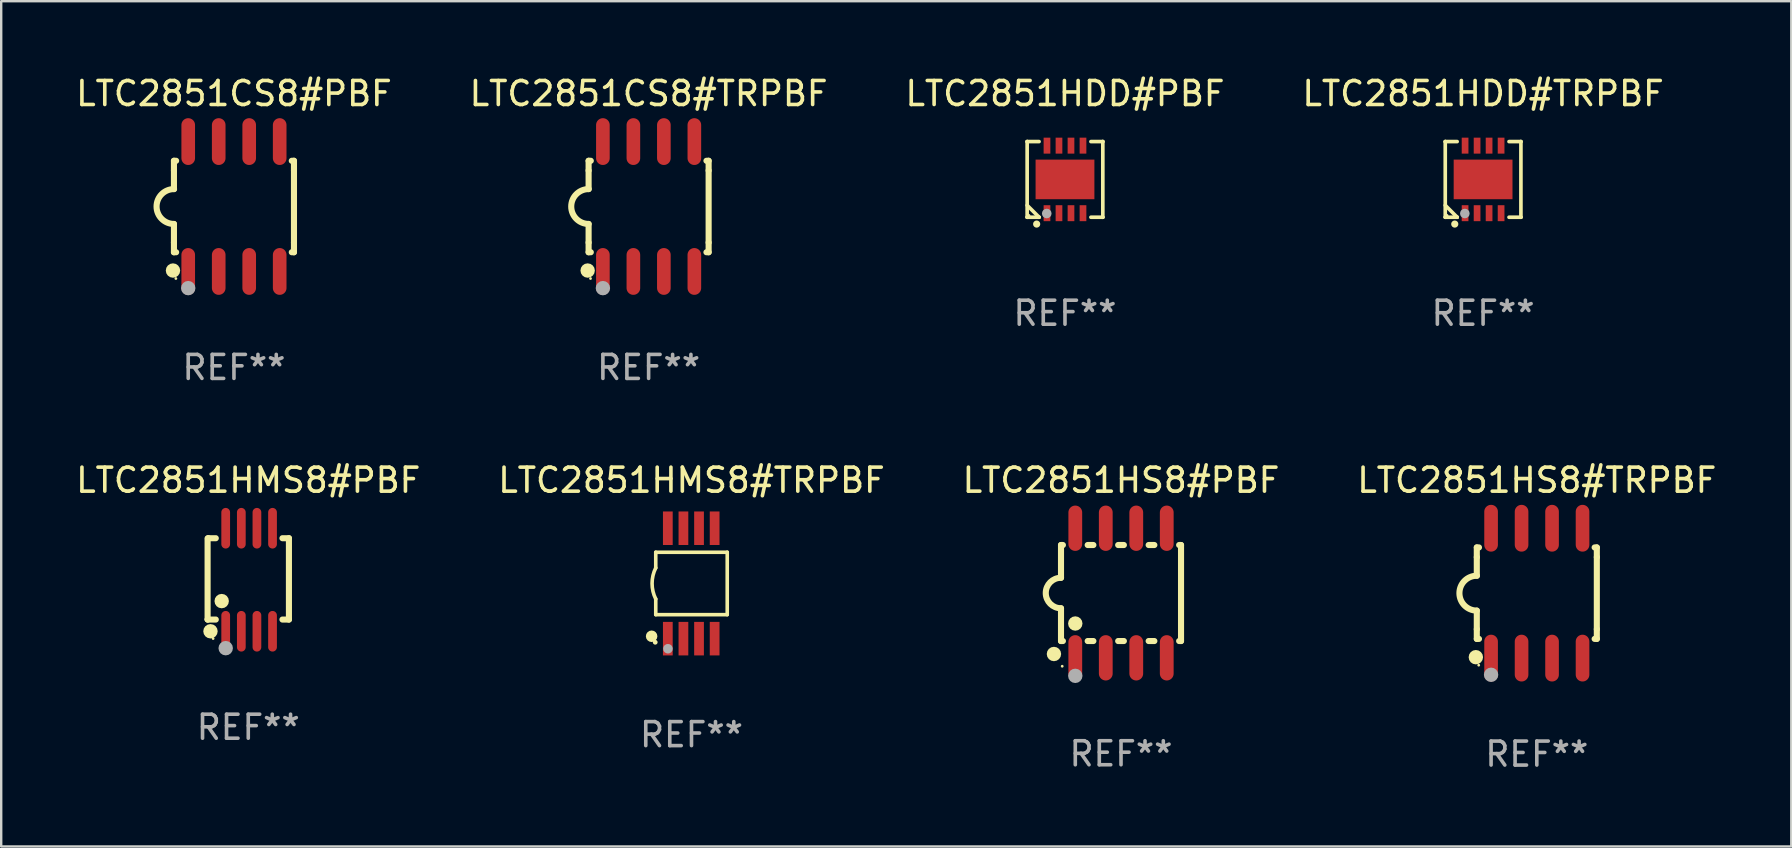
<source format=kicad_pcb>
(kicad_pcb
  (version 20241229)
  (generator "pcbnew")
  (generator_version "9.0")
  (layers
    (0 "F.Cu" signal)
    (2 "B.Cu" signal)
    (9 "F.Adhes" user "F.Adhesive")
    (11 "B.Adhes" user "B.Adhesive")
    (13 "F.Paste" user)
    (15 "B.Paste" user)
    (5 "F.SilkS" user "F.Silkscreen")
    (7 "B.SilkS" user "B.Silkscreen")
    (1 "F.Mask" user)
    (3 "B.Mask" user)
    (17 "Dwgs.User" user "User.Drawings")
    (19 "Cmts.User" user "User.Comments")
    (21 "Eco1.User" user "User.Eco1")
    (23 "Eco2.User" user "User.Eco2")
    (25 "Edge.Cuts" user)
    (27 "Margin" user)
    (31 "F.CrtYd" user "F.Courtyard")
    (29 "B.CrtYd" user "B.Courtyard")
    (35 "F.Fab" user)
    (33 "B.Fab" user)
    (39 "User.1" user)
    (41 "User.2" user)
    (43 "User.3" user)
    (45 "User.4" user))
  (footprint "LTC2851CS8#TRPBF"
    (layer "F.Cu")
    (at 23.97 5.553)
    (property "Reference" "LTC2851CS8#TRPBF" (at 0 -4.705 0) (layer "F.SilkS") (effects (font (size 1 1) (thickness 0.15))))
    (attr through_hole)
    (fp_line (start -2.5 -1.905) (end -2.409 -1.905) (stroke (width 0.254) (type solid)) (layer "F.SilkS"))
    (fp_line (start -2.5 -1.5) (end -2.5 -1.905) (stroke (width 0.254) (type solid)) (layer "F.SilkS"))
    (fp_line (start -2.5 -1.5) (end -2.5 -0.726) (stroke (width 0.254) (type solid)) (layer "F.SilkS"))
    (fp_line (start -2.5 1.5) (end -2.5 0.727) (stroke (width 0.254) (type solid)) (layer "F.SilkS"))
    (fp_line (start -2.5 1.5) (end -2.5 1.905) (stroke (width 0.254) (type solid)) (layer "F.SilkS"))
    (fp_line (start -2.5 1.905) (end -2.409 1.905) (stroke (width 0.254) (type solid)) (layer "F.SilkS"))
    (fp_line (start 2.5 -1.905) (end 2.409 -1.905) (stroke (width 0.254) (type solid)) (layer "F.SilkS"))
    (fp_line (start 2.5 -1.5) (end 2.5 -1.905) (stroke (width 0.254) (type solid)) (layer "F.SilkS"))
    (fp_line (start 2.5 -1.5) (end 2.5 1.5) (stroke (width 0.254) (type solid)) (layer "F.SilkS"))
    (fp_line (start 2.5 1.5) (end 2.5 1.905) (stroke (width 0.254) (type solid)) (layer "F.SilkS"))
    (fp_line (start 2.5 1.905) (end 2.409 1.905) (stroke (width 0.254) (type solid)) (layer "F.SilkS"))
    (fp_arc (start -2.5 0.726568) (mid -3.220316 -0.0023) (end -2.495097 -0.726289) (stroke (width 0.254001) (type solid)) (layer "F.SilkS"))
    (fp_circle (center -2.54 2.667) (end -2.39 2.667) (stroke (width 0.3) (type solid)) (fill no) (layer "F.SilkS"))
    (fp_circle (center -2.42 3) (end -2.39 3) (stroke (width 0.06) (type solid)) (fill no) (layer "F.SilkS"))
    (fp_circle (center -1.905 3.4) (end -1.755 3.4) (stroke (width 0.3) (type solid)) (fill no) (layer "F.Fab"))
    (fp_text user "REF**" (at 0 6.705 0) (layer "F.Fab") (effects (font (size 1 1) (thickness 0.15))))
    (pad "1" smd oval (at -1.905 2.705) (size 0.568 1.95) (layers "F.Cu" "F.Mask" "F.Paste"))
    (pad "2" smd oval (at -0.635 2.705) (size 0.568 1.95) (layers "F.Cu" "F.Mask" "F.Paste"))
    (pad "3" smd oval (at 0.635 2.705) (size 0.568 1.95) (layers "F.Cu" "F.Mask" "F.Paste"))
    (pad "4" smd oval (at 1.905 2.705) (size 0.568 1.95) (layers "F.Cu" "F.Mask" "F.Paste"))
    (pad "5" smd oval (at 1.905 -2.705) (size 0.568 1.95) (layers "F.Cu" "F.Mask" "F.Paste"))
    (pad "6" smd oval (at 0.635 -2.705) (size 0.568 1.95) (layers "F.Cu" "F.Mask" "F.Paste"))
    (pad "7" smd oval (at -0.635 -2.705) (size 0.568 1.95) (layers "F.Cu" "F.Mask" "F.Paste"))
    (pad "8" smd oval (at -1.905 -2.705) (size 0.568 1.95) (layers "F.Cu" "F.Mask" "F.Paste")))
  (footprint "LTC2851HS8#TRPBF"
    (layer "F.Cu")
    (at 60.97 21.66)
    (property "Reference" "LTC2851HS8#TRPBF" (at 0 -4.705 0) (layer "F.SilkS") (effects (font (size 1 1) (thickness 0.15))))
    (attr through_hole)
    (fp_line (start -2.5 -1.905) (end -2.409 -1.905) (stroke (width 0.254) (type solid)) (layer "F.SilkS"))
    (fp_line (start -2.5 -1.5) (end -2.5 -1.905) (stroke (width 0.254) (type solid)) (layer "F.SilkS"))
    (fp_line (start -2.5 -1.5) (end -2.5 -0.726) (stroke (width 0.254) (type solid)) (layer "F.SilkS"))
    (fp_line (start -2.5 1.5) (end -2.5 0.727) (stroke (width 0.254) (type solid)) (layer "F.SilkS"))
    (fp_line (start -2.5 1.5) (end -2.5 1.905) (stroke (width 0.254) (type solid)) (layer "F.SilkS"))
    (fp_line (start -2.5 1.905) (end -2.409 1.905) (stroke (width 0.254) (type solid)) (layer "F.SilkS"))
    (fp_line (start 2.5 -1.905) (end 2.409 -1.905) (stroke (width 0.254) (type solid)) (layer "F.SilkS"))
    (fp_line (start 2.5 -1.5) (end 2.5 -1.905) (stroke (width 0.254) (type solid)) (layer "F.SilkS"))
    (fp_line (start 2.5 -1.5) (end 2.5 1.5) (stroke (width 0.254) (type solid)) (layer "F.SilkS"))
    (fp_line (start 2.5 1.5) (end 2.5 1.905) (stroke (width 0.254) (type solid)) (layer "F.SilkS"))
    (fp_line (start 2.5 1.905) (end 2.409 1.905) (stroke (width 0.254) (type solid)) (layer "F.SilkS"))
    (fp_arc (start -2.5 0.726568) (mid -3.220316 -0.0023) (end -2.495097 -0.726289) (stroke (width 0.254001) (type solid)) (layer "F.SilkS"))
    (fp_circle (center -2.54 2.667) (end -2.39 2.667) (stroke (width 0.3) (type solid)) (fill no) (layer "F.SilkS"))
    (fp_circle (center -2.42 3) (end -2.39 3) (stroke (width 0.06) (type solid)) (fill no) (layer "F.SilkS"))
    (fp_circle (center -1.905 3.4) (end -1.755 3.4) (stroke (width 0.3) (type solid)) (fill no) (layer "F.Fab"))
    (fp_text user "REF**" (at 0 6.705 0) (layer "F.Fab") (effects (font (size 1 1) (thickness 0.15))))
    (pad "1" smd oval (at -1.905 2.705) (size 0.568 1.95) (layers "F.Cu" "F.Mask" "F.Paste"))
    (pad "2" smd oval (at -0.635 2.705) (size 0.568 1.95) (layers "F.Cu" "F.Mask" "F.Paste"))
    (pad "3" smd oval (at 0.635 2.705) (size 0.568 1.95) (layers "F.Cu" "F.Mask" "F.Paste"))
    (pad "4" smd oval (at 1.905 2.705) (size 0.568 1.95) (layers "F.Cu" "F.Mask" "F.Paste"))
    (pad "5" smd oval (at 1.905 -2.705) (size 0.568 1.95) (layers "F.Cu" "F.Mask" "F.Paste"))
    (pad "6" smd oval (at 0.635 -2.705) (size 0.568 1.95) (layers "F.Cu" "F.Mask" "F.Paste"))
    (pad "7" smd oval (at -0.635 -2.705) (size 0.568 1.95) (layers "F.Cu" "F.Mask" "F.Paste"))
    (pad "8" smd oval (at -1.905 -2.705) (size 0.568 1.95) (layers "F.Cu" "F.Mask" "F.Paste")))
  (footprint "LTC2851HDD#PBF"
    (layer "F.Cu")
    (at 41.315 4.424)
    (property "Reference" "LTC2851HDD#PBF" (at 0 -3.576 0) (layer "F.SilkS") (effects (font (size 1 1) (thickness 0.15))))
    (attr through_hole)
    (fp_line (start -1.576 -1.576) (end -1.576 -1.576) (stroke (width 0.152) (type solid)) (layer "F.SilkS"))
    (fp_line (start -1.576 -1.576) (end -1.08 -1.576) (stroke (width 0.152) (type solid)) (layer "F.SilkS"))
    (fp_line (start -1.576 1.576) (end -1.576 -1.576) (stroke (width 0.152) (type solid)) (layer "F.SilkS"))
    (fp_line (start -1.576 1.576) (end -1.576 1.576) (stroke (width 0.152) (type solid)) (layer "F.SilkS"))
    (fp_line (start -1.08 1.575) (end -1.576 1.079) (stroke (width 0.152) (type solid)) (layer "F.SilkS"))
    (fp_line (start -1.08 1.576) (end -1.576 1.576) (stroke (width 0.152) (type solid)) (layer "F.SilkS"))
    (fp_line (start -1.08 1.576) (end -1.08 1.575) (stroke (width 0.152) (type solid)) (layer "F.SilkS"))
    (fp_line (start 1.08 1.576) (end 1.576 1.576) (stroke (width 0.152) (type solid)) (layer "F.SilkS"))
    (fp_line (start 1.576 -1.576) (end 1.08 -1.576) (stroke (width 0.152) (type solid)) (layer "F.SilkS"))
    (fp_line (start 1.576 -1.576) (end 1.576 -1.576) (stroke (width 0.152) (type solid)) (layer "F.SilkS"))
    (fp_line (start 1.576 1.576) (end 1.576 -1.576) (stroke (width 0.152) (type solid)) (layer "F.SilkS"))
    (fp_line (start 1.576 1.576) (end 1.576 1.576) (stroke (width 0.152) (type solid)) (layer "F.SilkS"))
    (fp_circle (center -1.5 1.5) (end -1.47 1.5) (stroke (width 0.06) (type solid)) (fill no) (layer "F.SilkS"))
    (fp_circle (center -1.18 1.86) (end -1.105 1.86) (stroke (width 0.15) (type solid)) (fill no) (layer "F.SilkS"))
    (fp_circle (center -0.76 1.42) (end -0.66 1.42) (stroke (width 0.2) (type solid)) (fill no) (layer "F.Fab"))
    (fp_text user "REF**" (at 0 5.576 0) (layer "F.Fab") (effects (font (size 1 1) (thickness 0.15))))
    (pad "1" smd rect (at -0.75 1.407) (size 0.28 0.665) (layers "F.Cu" "F.Mask" "F.Paste"))
    (pad "2" smd rect (at -0.25 1.407) (size 0.28 0.665) (layers "F.Cu" "F.Mask" "F.Paste"))
    (pad "3" smd rect (at 0.25 1.407) (size 0.28 0.665) (layers "F.Cu" "F.Mask" "F.Paste"))
    (pad "4" smd rect (at 0.75 1.407) (size 0.28 0.665) (layers "F.Cu" "F.Mask" "F.Paste"))
    (pad "5" smd rect (at 0.75 -1.407) (size 0.28 0.665) (layers "F.Cu" "F.Mask" "F.Paste"))
    (pad "6" smd rect (at 0.25 -1.407) (size 0.28 0.665) (layers "F.Cu" "F.Mask" "F.Paste"))
    (pad "7" smd rect (at -0.25 -1.407) (size 0.28 0.665) (layers "F.Cu" "F.Mask" "F.Paste"))
    (pad "8" smd rect (at -0.75 -1.407) (size 0.28 0.665) (layers "F.Cu" "F.Mask" "F.Paste"))
    (pad "9" smd rect (at 0 0) (size 2.45 1.65) (layers "F.Cu" "F.Mask" "F.Paste")))
  (footprint "LTC2851HDD#TRPBF"
    (layer "F.Cu")
    (at 58.732 4.424)
    (property "Reference" "LTC2851HDD#TRPBF" (at 0 -3.576 0) (layer "F.SilkS") (effects (font (size 1 1) (thickness 0.15))))
    (attr through_hole)
    (fp_line (start -1.576 -1.576) (end -1.576 -1.576) (stroke (width 0.152) (type solid)) (layer "F.SilkS"))
    (fp_line (start -1.576 -1.576) (end -1.08 -1.576) (stroke (width 0.152) (type solid)) (layer "F.SilkS"))
    (fp_line (start -1.576 1.576) (end -1.576 -1.576) (stroke (width 0.152) (type solid)) (layer "F.SilkS"))
    (fp_line (start -1.576 1.576) (end -1.576 1.576) (stroke (width 0.152) (type solid)) (layer "F.SilkS"))
    (fp_line (start -1.08 1.575) (end -1.576 1.079) (stroke (width 0.152) (type solid)) (layer "F.SilkS"))
    (fp_line (start -1.08 1.576) (end -1.576 1.576) (stroke (width 0.152) (type solid)) (layer "F.SilkS"))
    (fp_line (start -1.08 1.576) (end -1.08 1.575) (stroke (width 0.152) (type solid)) (layer "F.SilkS"))
    (fp_line (start 1.08 1.576) (end 1.576 1.576) (stroke (width 0.152) (type solid)) (layer "F.SilkS"))
    (fp_line (start 1.576 -1.576) (end 1.08 -1.576) (stroke (width 0.152) (type solid)) (layer "F.SilkS"))
    (fp_line (start 1.576 -1.576) (end 1.576 -1.576) (stroke (width 0.152) (type solid)) (layer "F.SilkS"))
    (fp_line (start 1.576 1.576) (end 1.576 -1.576) (stroke (width 0.152) (type solid)) (layer "F.SilkS"))
    (fp_line (start 1.576 1.576) (end 1.576 1.576) (stroke (width 0.152) (type solid)) (layer "F.SilkS"))
    (fp_circle (center -1.5 1.5) (end -1.47 1.5) (stroke (width 0.06) (type solid)) (fill no) (layer "F.SilkS"))
    (fp_circle (center -1.18 1.86) (end -1.105 1.86) (stroke (width 0.15) (type solid)) (fill no) (layer "F.SilkS"))
    (fp_circle (center -0.76 1.42) (end -0.66 1.42) (stroke (width 0.2) (type solid)) (fill no) (layer "F.Fab"))
    (fp_text user "REF**" (at 0 5.576 0) (layer "F.Fab") (effects (font (size 1 1) (thickness 0.15))))
    (pad "1" smd rect (at -0.75 1.407) (size 0.28 0.665) (layers "F.Cu" "F.Mask" "F.Paste"))
    (pad "2" smd rect (at -0.25 1.407) (size 0.28 0.665) (layers "F.Cu" "F.Mask" "F.Paste"))
    (pad "3" smd rect (at 0.25 1.407) (size 0.28 0.665) (layers "F.Cu" "F.Mask" "F.Paste"))
    (pad "4" smd rect (at 0.75 1.407) (size 0.28 0.665) (layers "F.Cu" "F.Mask" "F.Paste"))
    (pad "5" smd rect (at 0.75 -1.407) (size 0.28 0.665) (layers "F.Cu" "F.Mask" "F.Paste"))
    (pad "6" smd rect (at 0.25 -1.407) (size 0.28 0.665) (layers "F.Cu" "F.Mask" "F.Paste"))
    (pad "7" smd rect (at -0.25 -1.407) (size 0.28 0.665) (layers "F.Cu" "F.Mask" "F.Paste"))
    (pad "8" smd rect (at -0.75 -1.407) (size 0.28 0.665) (layers "F.Cu" "F.Mask" "F.Paste"))
    (pad "9" smd rect (at 0 0) (size 2.45 1.65) (layers "F.Cu" "F.Mask" "F.Paste")))
  (footprint "LTC2851HS8#PBF"
    (layer "F.Cu")
    (at 43.649 21.654)
    (property "Reference" "LTC2851HS8#PBF" (at 0 -4.699 0) (layer "F.SilkS") (effects (font (size 1 1) (thickness 0.15))))
    (attr through_hole)
    (fp_line (start -2.5 -2) (end -2.5 -0.635) (stroke (width 0.254) (type solid)) (layer "F.SilkS"))
    (fp_line (start -2.5 -2) (end -2.421 -2) (stroke (width 0.254) (type solid)) (layer "F.SilkS"))
    (fp_line (start -2.5 2) (end -2.5 0.635) (stroke (width 0.254) (type solid)) (layer "F.SilkS"))
    (fp_line (start -2.5 2) (end -2.421 2) (stroke (width 0.254) (type solid)) (layer "F.SilkS"))
    (fp_line (start -1.389 -2) (end -1.151 -2) (stroke (width 0.254) (type solid)) (layer "F.SilkS"))
    (fp_line (start -1.389 2) (end -1.151 2) (stroke (width 0.254) (type solid)) (layer "F.SilkS"))
    (fp_line (start -0.119 -2) (end 0.119 -2) (stroke (width 0.254) (type solid)) (layer "F.SilkS"))
    (fp_line (start -0.119 2) (end 0.119 2) (stroke (width 0.254) (type solid)) (layer "F.SilkS"))
    (fp_line (start 1.151 -2) (end 1.389 -2) (stroke (width 0.254) (type solid)) (layer "F.SilkS"))
    (fp_line (start 1.151 2) (end 1.389 2) (stroke (width 0.254) (type solid)) (layer "F.SilkS"))
    (fp_line (start 2.421 -2) (end 2.5 -2) (stroke (width 0.254) (type solid)) (layer "F.SilkS"))
    (fp_line (start 2.421 2) (end 2.5 2) (stroke (width 0.254) (type solid)) (layer "F.SilkS"))
    (fp_line (start 2.5 -2) (end 2.5 2) (stroke (width 0.254) (type solid)) (layer "F.SilkS"))
    (fp_arc (start -2.5 0.635001) (mid -3.134366 -0.000318) (end -2.499365 -0.635001) (stroke (width 0.254001) (type solid)) (layer "F.SilkS"))
    (fp_circle (center -2.794 2.54) (end -2.644 2.54) (stroke (width 0.3) (type solid)) (fill no) (layer "F.SilkS"))
    (fp_circle (center -2.45 3.05) (end -2.42 3.05) (stroke (width 0.06) (type solid)) (fill no) (layer "F.SilkS"))
    (fp_circle (center -1.905 1.27) (end -1.755 1.27) (stroke (width 0.3) (type solid)) (fill no) (layer "F.SilkS"))
    (fp_circle (center -1.905 3.45) (end -1.755 3.45) (stroke (width 0.3) (type solid)) (fill no) (layer "F.Fab"))
    (fp_text user "REF**" (at 0 6.699 0) (layer "F.Fab") (effects (font (size 1 1) (thickness 0.15))))
    (pad "1" smd oval (at -1.905 2.699) (size 0.574 1.888) (layers "F.Cu" "F.Mask" "F.Paste"))
    (pad "2" smd oval (at -0.635 2.699) (size 0.574 1.888) (layers "F.Cu" "F.Mask" "F.Paste"))
    (pad "3" smd oval (at 0.635 2.699) (size 0.574 1.888) (layers "F.Cu" "F.Mask" "F.Paste"))
    (pad "4" smd oval (at 1.905 2.699) (size 0.574 1.888) (layers "F.Cu" "F.Mask" "F.Paste"))
    (pad "5" smd oval (at 1.905 -2.699) (size 0.574 1.888) (layers "F.Cu" "F.Mask" "F.Paste"))
    (pad "6" smd oval (at 0.635 -2.699) (size 0.574 1.888) (layers "F.Cu" "F.Mask" "F.Paste"))
    (pad "7" smd oval (at -0.635 -2.699) (size 0.574 1.888) (layers "F.Cu" "F.Mask" "F.Paste"))
    (pad "8" smd oval (at -1.905 -2.699) (size 0.574 1.888) (layers "F.Cu" "F.Mask" "F.Paste")))
  (footprint "LTC2851HMS8#PBF"
    (layer "F.Cu")
    (at 7.292 21.101)
    (property "Reference" "LTC2851HMS8#PBF" (at 0 -4.146 0) (layer "F.SilkS") (effects (font (size 1 1) (thickness 0.15))))
    (attr through_hole)
    (fp_line (start -1.694 -1.724) (end -1.694 1.652) (stroke (width 0.254) (type solid)) (layer "F.SilkS"))
    (fp_line (start -1.694 1.652) (end -1.688 1.658) (stroke (width 0.254) (type solid)) (layer "F.SilkS"))
    (fp_line (start -1.688 1.658) (end -1.353 1.658) (stroke (width 0.254) (type solid)) (layer "F.SilkS"))
    (fp_line (start -1.661 -1.73) (end -1.681 -1.71) (stroke (width 0.254) (type solid)) (layer "F.SilkS"))
    (fp_line (start -1.353 -1.73) (end -1.661 -1.73) (stroke (width 0.254) (type solid)) (layer "F.SilkS"))
    (fp_line (start 1.424 1.658) (end 1.694 1.658) (stroke (width 0.254) (type solid)) (layer "F.SilkS"))
    (fp_line (start 1.694 -1.73) (end 1.424 -1.73) (stroke (width 0.254) (type solid)) (layer "F.SilkS"))
    (fp_line (start 1.694 1.658) (end 1.694 -1.73) (stroke (width 0.254) (type solid)) (layer "F.SilkS"))
    (fp_circle (center -1.574 2.146) (end -1.424 2.146) (stroke (width 0.3) (type solid)) (fill no) (layer "F.SilkS"))
    (fp_circle (center -1.464 2.45) (end -1.434 2.45) (stroke (width 0.06) (type solid)) (fill no) (layer "F.SilkS"))
    (fp_circle (center -1.107 0.889) (end -0.957 0.889) (stroke (width 0.3) (type solid)) (fill no) (layer "F.SilkS"))
    (fp_circle (center -0.94 2.85) (end -0.789 2.85) (stroke (width 0.3) (type solid)) (fill no) (layer "F.Fab"))
    (fp_text user "REF**" (at 0 6.146 0) (layer "F.Fab") (effects (font (size 1 1) (thickness 0.15))))
    (pad "1" smd oval (at -0.94 2.146) (size 0.364 1.692) (layers "F.Cu" "F.Mask" "F.Paste"))
    (pad "2" smd oval (at -0.289 2.146) (size 0.364 1.692) (layers "F.Cu" "F.Mask" "F.Paste"))
    (pad "3" smd oval (at 0.361 2.146) (size 0.364 1.692) (layers "F.Cu" "F.Mask" "F.Paste"))
    (pad "4" smd oval (at 1.011 2.146) (size 0.364 1.692) (layers "F.Cu" "F.Mask" "F.Paste"))
    (pad "5" smd oval (at 1.011 -2.146) (size 0.364 1.692) (layers "F.Cu" "F.Mask" "F.Paste"))
    (pad "6" smd oval (at 0.361 -2.146) (size 0.364 1.692) (layers "F.Cu" "F.Mask" "F.Paste"))
    (pad "7" smd oval (at -0.289 -2.146) (size 0.364 1.692) (layers "F.Cu" "F.Mask" "F.Paste"))
    (pad "8" smd oval (at -0.94 -2.146) (size 0.364 1.692) (layers "F.Cu" "F.Mask" "F.Paste")))
  (footprint "LTC2851CS8#PBF"
    (layer "F.Cu")
    (at 6.696 5.553)
    (property "Reference" "LTC2851CS8#PBF" (at 0 -4.705 0) (layer "F.SilkS") (effects (font (size 1 1) (thickness 0.15))))
    (attr through_hole)
    (fp_line (start -2.5 -1.905) (end -2.409 -1.905) (stroke (width 0.254) (type solid)) (layer "F.SilkS"))
    (fp_line (start -2.5 -1.5) (end -2.5 -1.905) (stroke (width 0.254) (type solid)) (layer "F.SilkS"))
    (fp_line (start -2.5 -1.5) (end -2.5 -0.726) (stroke (width 0.254) (type solid)) (layer "F.SilkS"))
    (fp_line (start -2.5 1.5) (end -2.5 0.727) (stroke (width 0.254) (type solid)) (layer "F.SilkS"))
    (fp_line (start -2.5 1.5) (end -2.5 1.905) (stroke (width 0.254) (type solid)) (layer "F.SilkS"))
    (fp_line (start -2.5 1.905) (end -2.409 1.905) (stroke (width 0.254) (type solid)) (layer "F.SilkS"))
    (fp_line (start 2.5 -1.905) (end 2.409 -1.905) (stroke (width 0.254) (type solid)) (layer "F.SilkS"))
    (fp_line (start 2.5 -1.5) (end 2.5 -1.905) (stroke (width 0.254) (type solid)) (layer "F.SilkS"))
    (fp_line (start 2.5 -1.5) (end 2.5 1.5) (stroke (width 0.254) (type solid)) (layer "F.SilkS"))
    (fp_line (start 2.5 1.5) (end 2.5 1.905) (stroke (width 0.254) (type solid)) (layer "F.SilkS"))
    (fp_line (start 2.5 1.905) (end 2.409 1.905) (stroke (width 0.254) (type solid)) (layer "F.SilkS"))
    (fp_arc (start -2.5 0.726568) (mid -3.220316 -0.0023) (end -2.495097 -0.726289) (stroke (width 0.254001) (type solid)) (layer "F.SilkS"))
    (fp_circle (center -2.54 2.667) (end -2.39 2.667) (stroke (width 0.3) (type solid)) (fill no) (layer "F.SilkS"))
    (fp_circle (center -2.42 3) (end -2.39 3) (stroke (width 0.06) (type solid)) (fill no) (layer "F.SilkS"))
    (fp_circle (center -1.905 3.4) (end -1.755 3.4) (stroke (width 0.3) (type solid)) (fill no) (layer "F.Fab"))
    (fp_text user "REF**" (at 0 6.705 0) (layer "F.Fab") (effects (font (size 1 1) (thickness 0.15))))
    (pad "1" smd oval (at -1.905 2.705) (size 0.568 1.95) (layers "F.Cu" "F.Mask" "F.Paste"))
    (pad "2" smd oval (at -0.635 2.705) (size 0.568 1.95) (layers "F.Cu" "F.Mask" "F.Paste"))
    (pad "3" smd oval (at 0.635 2.705) (size 0.568 1.95) (layers "F.Cu" "F.Mask" "F.Paste"))
    (pad "4" smd oval (at 1.905 2.705) (size 0.568 1.95) (layers "F.Cu" "F.Mask" "F.Paste"))
    (pad "5" smd oval (at 1.905 -2.705) (size 0.568 1.95) (layers "F.Cu" "F.Mask" "F.Paste"))
    (pad "6" smd oval (at 0.635 -2.705) (size 0.568 1.95) (layers "F.Cu" "F.Mask" "F.Paste"))
    (pad "7" smd oval (at -0.635 -2.705) (size 0.568 1.95) (layers "F.Cu" "F.Mask" "F.Paste"))
    (pad "8" smd oval (at -1.905 -2.705) (size 0.568 1.95) (layers "F.Cu" "F.Mask" "F.Paste")))
  (footprint "LTC2851HMS8#TRPBF"
    (layer "F.Cu")
    (at 25.756 21.255)
    (property "Reference" "LTC2851HMS8#TRPBF" (at 0 -4.3 0) (layer "F.SilkS") (effects (font (size 1 1) (thickness 0.15))))
    (attr through_hole)
    (fp_line (start -1.489 -1.3) (end -1.489 -0.648) (stroke (width 0.15) (type solid)) (layer "F.SilkS"))
    (fp_line (start -1.489 0.648) (end -1.489 1.3) (stroke (width 0.15) (type solid)) (layer "F.SilkS"))
    (fp_line (start -1.489 1.3) (end 1.489 1.3) (stroke (width 0.15) (type solid)) (layer "F.SilkS"))
    (fp_line (start 1.489 -1.3) (end -1.489 -1.3) (stroke (width 0.15) (type solid)) (layer "F.SilkS"))
    (fp_line (start 1.489 1.3) (end 1.489 -1.3) (stroke (width 0.15) (type solid)) (layer "F.SilkS"))
    (fp_arc (start -1.489205 0.647702) (mid -1.642107 0) (end -1.489205 -0.647701) (stroke (width 0.150013) (type solid)) (layer "F.SilkS"))
    (fp_circle (center -1.661 2.2) (end -1.541 2.2) (stroke (width 0.24) (type solid)) (fill no) (layer "F.SilkS"))
    (fp_circle (center -1.511 2.45) (end -1.461 2.45) (stroke (width 0.1) (type solid)) (fill no) (layer "F.SilkS"))
    (fp_circle (center -0.981 2.72) (end -0.881 2.72) (stroke (width 0.2) (type solid)) (fill no) (layer "F.Fab"))
    (fp_text user "REF**" (at 0 6.3 0) (layer "F.Fab") (effects (font (size 1 1) (thickness 0.15))))
    (pad "1" smd rect (at -0.986 2.3) (size 0.406 1.397) (layers "F.Cu" "F.Mask" "F.Paste"))
    (pad "2" smd rect (at -0.336 2.3) (size 0.406 1.397) (layers "F.Cu" "F.Mask" "F.Paste"))
    (pad "3" smd rect (at 0.314 2.3) (size 0.406 1.397) (layers "F.Cu" "F.Mask" "F.Paste"))
    (pad "4" smd rect (at 0.964 2.3) (size 0.406 1.397) (layers "F.Cu" "F.Mask" "F.Paste"))
    (pad "5" smd rect (at 0.964 -2.3) (size 0.406 1.397) (layers "F.Cu" "F.Mask" "F.Paste"))
    (pad "6" smd rect (at 0.314 -2.3) (size 0.406 1.397) (layers "F.Cu" "F.Mask" "F.Paste"))
    (pad "7" smd rect (at -0.336 -2.3) (size 0.406 1.397) (layers "F.Cu" "F.Mask" "F.Paste"))
    (pad "8" smd rect (at -0.986 -2.3) (size 0.406 1.397) (layers "F.Cu" "F.Mask" "F.Paste")))
  (gr_rect
    (start -3 -3)
    (end 71.571 32.213)
    (stroke (width 0.1) (type default))
    (fill no)
    (layer "Edge.Cuts")))
</source>
